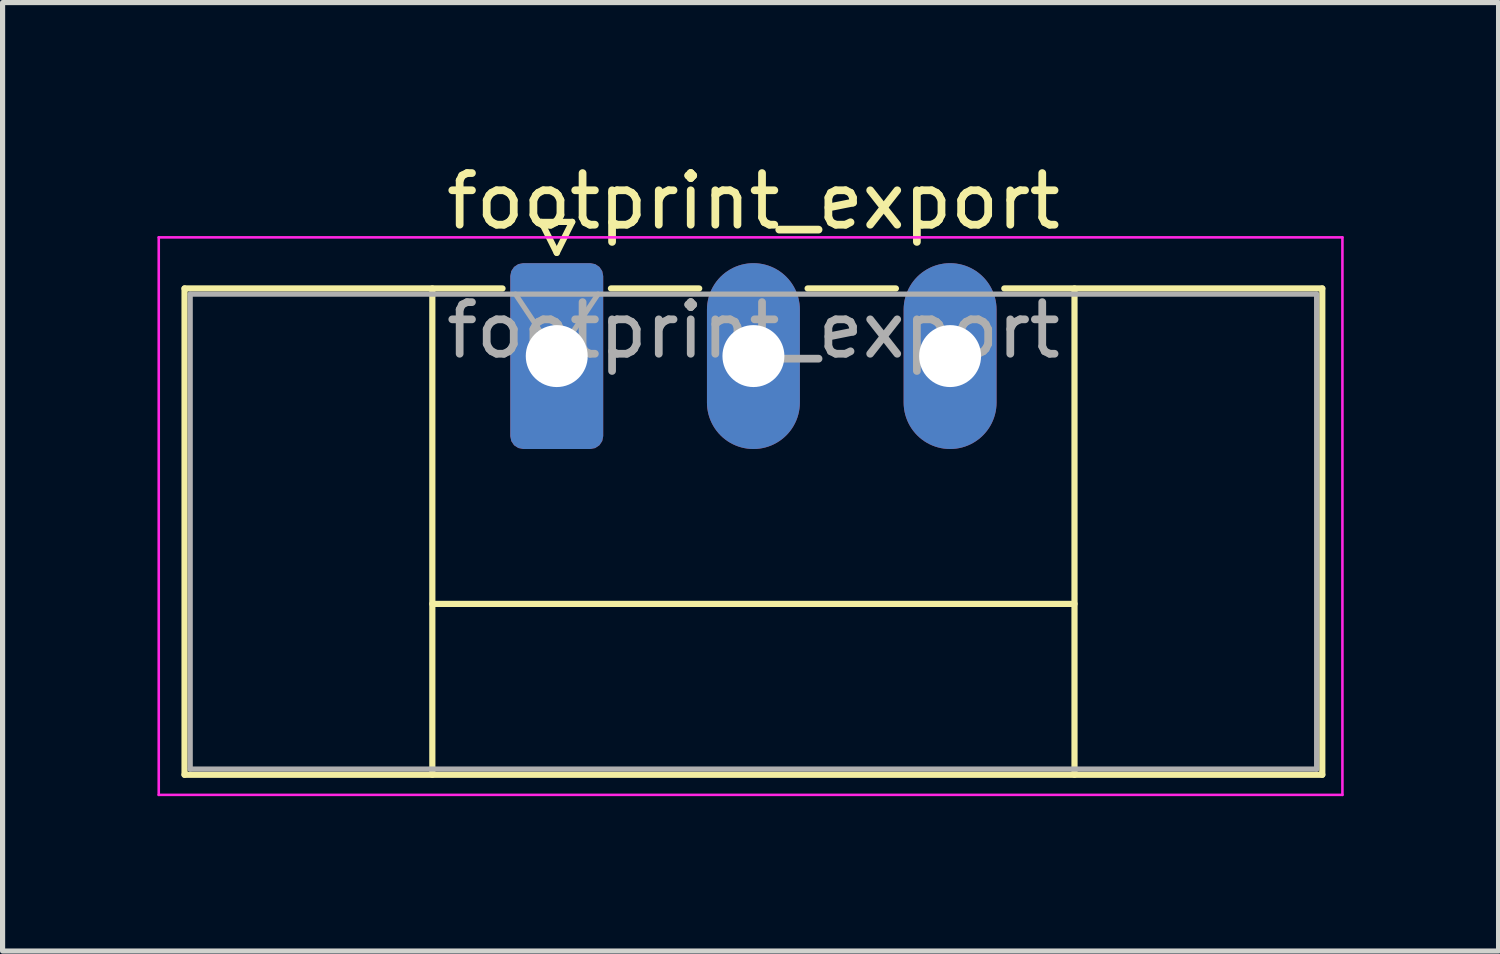
<source format=kicad_pcb>
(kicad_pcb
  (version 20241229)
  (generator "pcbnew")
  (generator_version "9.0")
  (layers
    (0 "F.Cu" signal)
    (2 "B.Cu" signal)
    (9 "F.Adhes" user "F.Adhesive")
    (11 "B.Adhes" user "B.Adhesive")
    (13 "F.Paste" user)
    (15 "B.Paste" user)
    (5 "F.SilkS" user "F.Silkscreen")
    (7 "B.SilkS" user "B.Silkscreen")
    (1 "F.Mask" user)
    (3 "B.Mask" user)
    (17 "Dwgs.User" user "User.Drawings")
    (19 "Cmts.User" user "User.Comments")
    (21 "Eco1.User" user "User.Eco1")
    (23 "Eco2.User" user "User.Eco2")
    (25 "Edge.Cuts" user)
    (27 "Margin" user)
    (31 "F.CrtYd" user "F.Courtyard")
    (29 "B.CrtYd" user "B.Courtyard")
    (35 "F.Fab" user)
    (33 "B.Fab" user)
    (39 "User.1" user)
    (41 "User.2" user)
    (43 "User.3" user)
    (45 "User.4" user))
  (footprint "footprint_export"
    (layer "F.Cu")
    (at 7.735 3.848)
    (property "Reference" "footprint_export" (at 3.81 -3 0) (layer "F.SilkS") (effects (font (size 1 1) (thickness 0.15))))
    (attr through_hole)
    (fp_line (start -7.21 -1.31) (end -7.21 8.11) (stroke (width 0.12) (type solid)) (layer "F.SilkS"))
    (fp_line (start -7.21 -1.31) (end -1.05 -1.31) (stroke (width 0.12) (type solid)) (layer "F.SilkS"))
    (fp_line (start -7.21 8.11) (end 14.83 8.11) (stroke (width 0.12) (type solid)) (layer "F.SilkS"))
    (fp_line (start -2.41 -1.31) (end -2.41 8.11) (stroke (width 0.12) (type solid)) (layer "F.SilkS"))
    (fp_line (start -2.41 4.8) (end 10.03 4.8) (stroke (width 0.12) (type solid)) (layer "F.SilkS"))
    (fp_line (start -0.3 -2.6) (end 0.3 -2.6) (stroke (width 0.12) (type solid)) (layer "F.SilkS"))
    (fp_line (start 0 -2) (end -0.3 -2.6) (stroke (width 0.12) (type solid)) (layer "F.SilkS"))
    (fp_line (start 0.3 -2.6) (end 0 -2) (stroke (width 0.12) (type solid)) (layer "F.SilkS"))
    (fp_line (start 1.05 -1.31) (end 2.76 -1.31) (stroke (width 0.12) (type solid)) (layer "F.SilkS"))
    (fp_line (start 4.86 -1.31) (end 6.57 -1.31) (stroke (width 0.12) (type solid)) (layer "F.SilkS"))
    (fp_line (start 10.03 -1.31) (end 10.03 8.11) (stroke (width 0.12) (type solid)) (layer "F.SilkS"))
    (fp_line (start 14.83 -1.31) (end 8.67 -1.31) (stroke (width 0.12) (type solid)) (layer "F.SilkS"))
    (fp_line (start 14.83 8.11) (end 14.83 -1.31) (stroke (width 0.12) (type solid)) (layer "F.SilkS"))
    (fp_line (start -7.71 -2.3) (end -7.71 8.5) (stroke (width 0.05) (type solid)) (layer "F.CrtYd"))
    (fp_line (start -7.71 8.5) (end 15.22 8.5) (stroke (width 0.05) (type solid)) (layer "F.CrtYd"))
    (fp_line (start 15.22 -2.3) (end -7.71 -2.3) (stroke (width 0.05) (type solid)) (layer "F.CrtYd"))
    (fp_line (start 15.22 8.5) (end 15.22 -2.3) (stroke (width 0.05) (type solid)) (layer "F.CrtYd"))
    (fp_line (start -7.1 -1.2) (end -7.1 8) (stroke (width 0.1) (type solid)) (layer "F.Fab"))
    (fp_line (start -7.1 8) (end 14.72 8) (stroke (width 0.1) (type solid)) (layer "F.Fab"))
    (fp_line (start 0 0) (end -0.8 -1.2) (stroke (width 0.1) (type solid)) (layer "F.Fab"))
    (fp_line (start 0.8 -1.2) (end 0 0) (stroke (width 0.1) (type solid)) (layer "F.Fab"))
    (fp_line (start 14.72 -1.2) (end -7.1 -1.2) (stroke (width 0.1) (type solid)) (layer "F.Fab"))
    (fp_line (start 14.72 8) (end 14.72 -1.2) (stroke (width 0.1) (type solid)) (layer "F.Fab"))
    (fp_text user "${REFERENCE}" (at 3.81 -0.5 0) (layer "F.Fab") (effects (font (size 1 1) (thickness 0.15))))
    (pad "1" thru_hole roundrect (at 0 0) (size 1.8 3.6) (drill 1.2) (layers "*.Cu" "*.Mask") (roundrect_rratio 0.139))
    (pad "2" thru_hole oval (at 3.81 0) (size 1.8 3.6) (drill 1.2) (layers "*.Cu" "*.Mask"))
    (pad "3" thru_hole oval (at 7.62 0) (size 1.8 3.6) (drill 1.2) (layers "*.Cu" "*.Mask")))
  (gr_rect
    (start -3 -3)
    (end 25.98 15.373)
    (stroke (width 0.1) (type default))
    (fill no)
    (layer "Edge.Cuts")))
</source>
